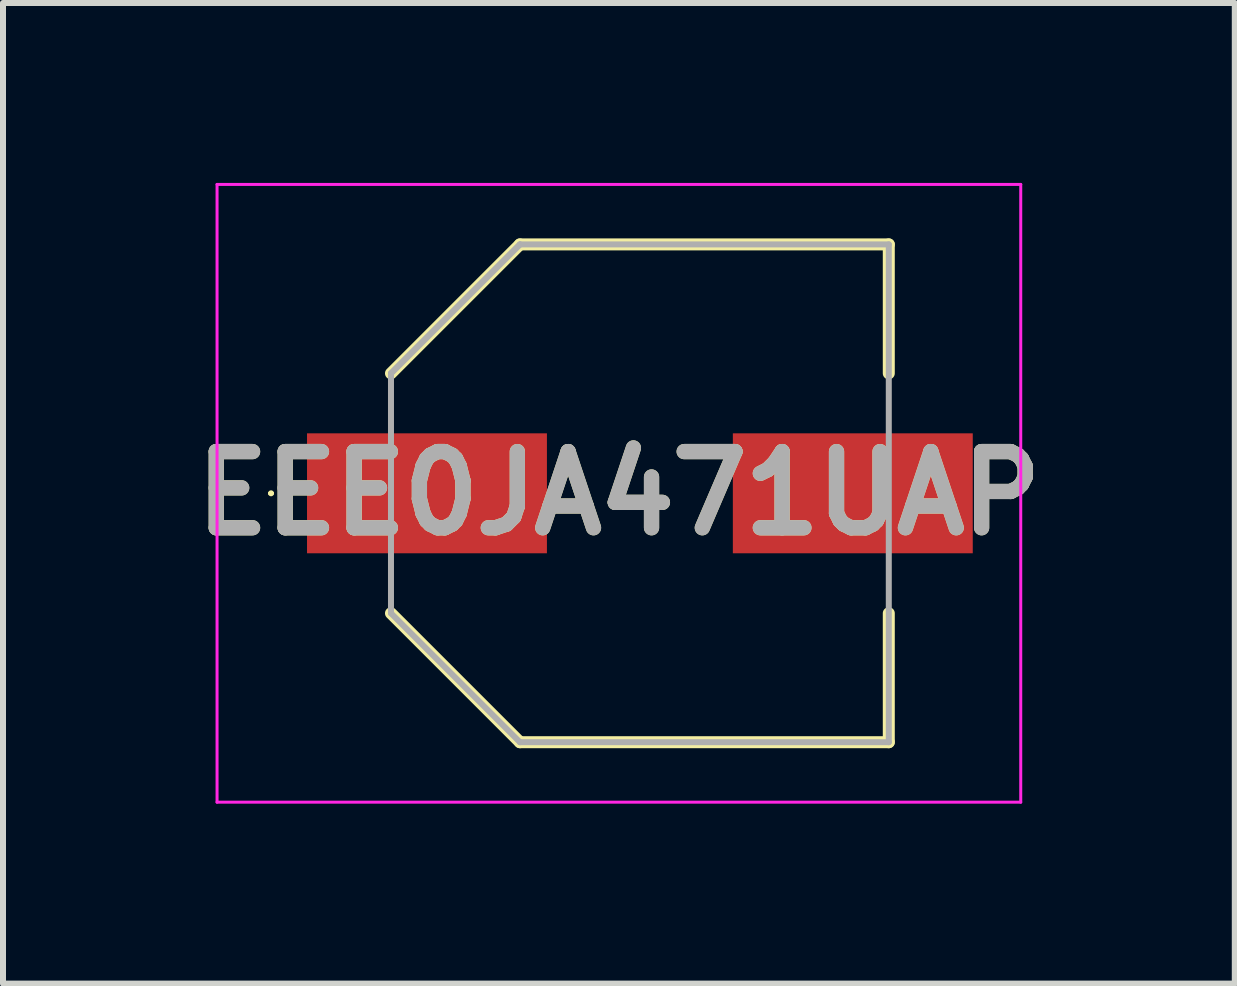
<source format=kicad_pcb>
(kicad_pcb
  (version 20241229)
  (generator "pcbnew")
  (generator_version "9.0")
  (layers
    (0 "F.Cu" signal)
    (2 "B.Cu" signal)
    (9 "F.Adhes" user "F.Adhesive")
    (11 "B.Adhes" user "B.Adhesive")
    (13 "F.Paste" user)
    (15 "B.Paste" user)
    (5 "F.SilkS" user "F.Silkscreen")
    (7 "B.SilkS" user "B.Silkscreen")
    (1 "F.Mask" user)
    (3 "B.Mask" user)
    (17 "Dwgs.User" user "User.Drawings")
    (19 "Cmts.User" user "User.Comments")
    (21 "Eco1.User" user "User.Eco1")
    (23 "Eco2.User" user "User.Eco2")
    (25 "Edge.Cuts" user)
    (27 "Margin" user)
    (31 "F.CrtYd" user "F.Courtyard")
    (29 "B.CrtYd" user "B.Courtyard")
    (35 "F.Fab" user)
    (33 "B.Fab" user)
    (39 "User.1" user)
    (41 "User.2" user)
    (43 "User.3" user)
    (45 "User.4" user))
  (footprint "EEE0JA471UAP"
    (layer "F.Cu")
    (at 7.619 5.175)
    (property "Reference" "EEE0JA471UAP" (at -0.35 0 0) (layer "F.SilkS") (effects (font (size 1.27 1.27) (thickness 0.254))))
    (attr smd)
    (fp_line (start -6.175 0) (end -6.175 0) (stroke (width 0.05) (type solid)) (layer "F.SilkS"))
    (fp_line (start -6.125 0) (end -6.125 0) (stroke (width 0.05) (type solid)) (layer "F.SilkS"))
    (fp_line (start -4.15 -2) (end -2 -4.15) (stroke (width 0.2) (type solid)) (layer "F.SilkS"))
    (fp_line (start -4.15 2) (end -2 4.15) (stroke (width 0.2) (type solid)) (layer "F.SilkS"))
    (fp_line (start -2 -4.15) (end 4.15 -4.15) (stroke (width 0.2) (type solid)) (layer "F.SilkS"))
    (fp_line (start -2 4.15) (end 4.15 4.15) (stroke (width 0.2) (type solid)) (layer "F.SilkS"))
    (fp_line (start 4.15 -4.15) (end 4.15 -2) (stroke (width 0.2) (type solid)) (layer "F.SilkS"))
    (fp_line (start 4.15 4.15) (end 4.15 2) (stroke (width 0.2) (type solid)) (layer "F.SilkS"))
    (fp_arc (start -6.175 0) (mid -6.15 -0.025) (end -6.125 0) (stroke (width 0.05) (type solid)) (layer "F.SilkS"))
    (fp_arc (start -6.125 0) (mid -6.15 0.025) (end -6.175 0) (stroke (width 0.05) (type solid)) (layer "F.SilkS"))
    (fp_line (start -7.05 -5.15) (end 6.35 -5.15) (stroke (width 0.05) (type solid)) (layer "F.CrtYd"))
    (fp_line (start -7.05 5.15) (end -7.05 -5.15) (stroke (width 0.05) (type solid)) (layer "F.CrtYd"))
    (fp_line (start 6.35 -5.15) (end 6.35 5.15) (stroke (width 0.05) (type solid)) (layer "F.CrtYd"))
    (fp_line (start 6.35 5.15) (end -7.05 5.15) (stroke (width 0.05) (type solid)) (layer "F.CrtYd"))
    (fp_line (start -4.15 -2) (end -2 -4.15) (stroke (width 0.1) (type solid)) (layer "F.Fab"))
    (fp_line (start -4.15 -2) (end -2 -4.15) (stroke (width 0.1) (type solid)) (layer "F.Fab"))
    (fp_line (start -4.15 2) (end -4.15 -2) (stroke (width 0.1) (type solid)) (layer "F.Fab"))
    (fp_line (start -2 -4.15) (end 4.15 -4.15) (stroke (width 0.1) (type solid)) (layer "F.Fab"))
    (fp_line (start -2 4.15) (end -4.15 2) (stroke (width 0.1) (type solid)) (layer "F.Fab"))
    (fp_line (start 4.15 -4.15) (end 4.15 4.15) (stroke (width 0.1) (type solid)) (layer "F.Fab"))
    (fp_line (start 4.15 4.15) (end -2 4.15) (stroke (width 0.1) (type solid)) (layer "F.Fab"))
    (fp_text user "${REFERENCE}" (at -0.35 0 0) (layer "F.Fab") (effects (font (size 1.27 1.27) (thickness 0.254))))
    (pad "1" smd rect (at -3.55 0 90) (size 2 4) (layers "F.Cu" "F.Mask" "F.Paste"))
    (pad "2" smd rect (at 3.55 0 90) (size 2 4) (layers "F.Cu" "F.Mask" "F.Paste")))
  (gr_rect
    (start -3 -3)
    (end 17.538 13.35)
    (stroke (width 0.1) (type default))
    (fill no)
    (layer "Edge.Cuts")))
</source>
